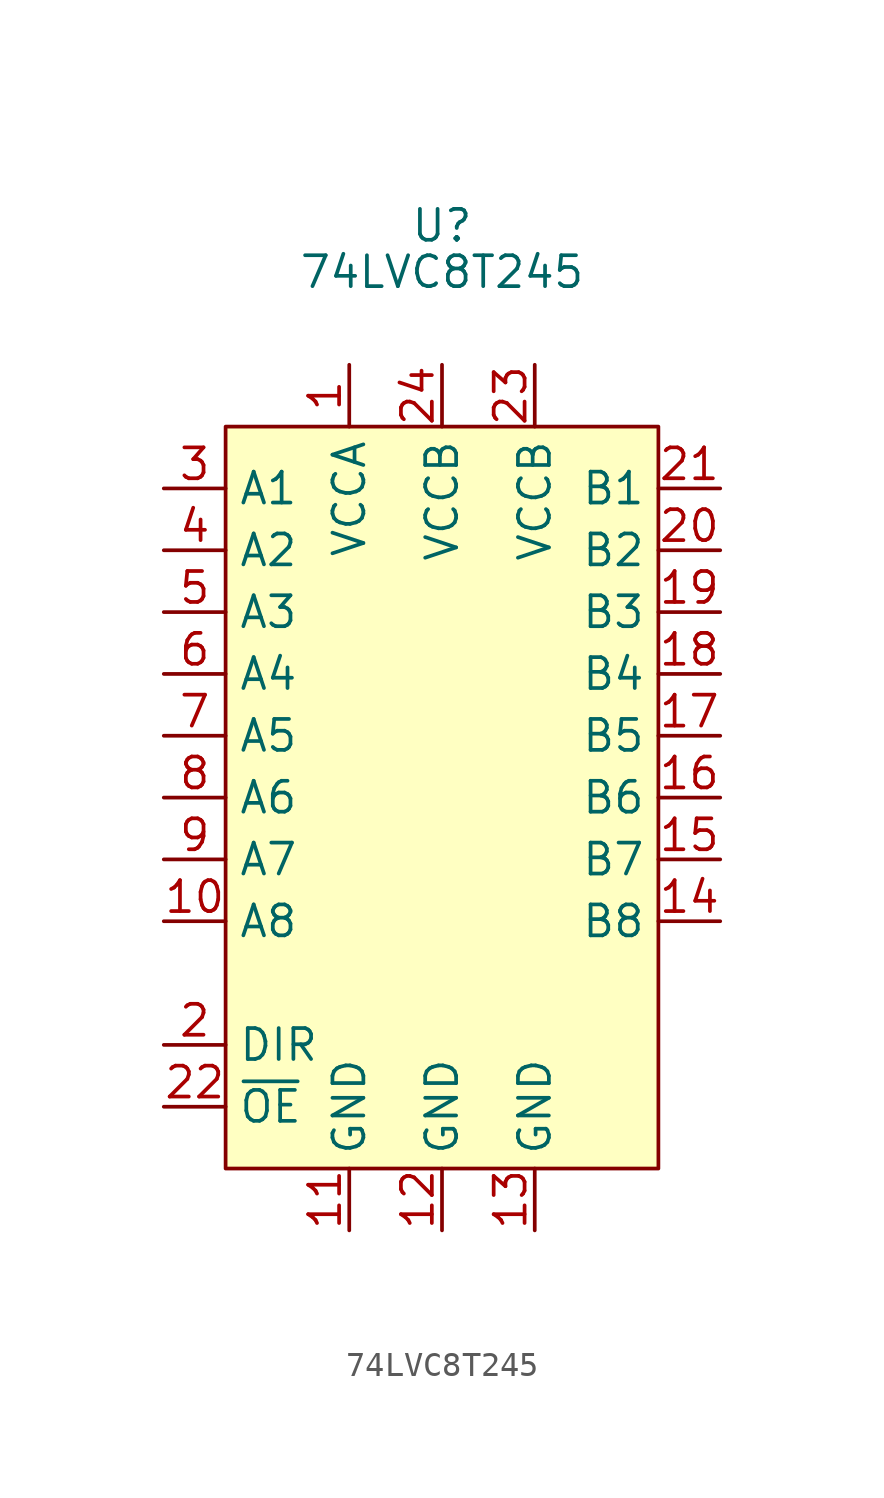
<source format=kicad_sym>
(kicad_symbol_lib
  (version 20231120)
  (generator "kicad_symbol_editor")
  (generator_version "8.0")
  (symbol "74LVC8T245"
    (property "Reference" "U"
      (at 0 23.495 0)
      (effects (font (size 1.27 1.27))))
    (property "Value" "74LVC8T245"
      (at 0 21.59 0)
      (effects (font (size 1.27 1.27))))
    (symbol "74LVC8T245_1_1"
      (rectangle (start -8.89 15.24) (end 8.89 -15.24) (stroke (width 0) (type default)) (fill (type background)))
      (pin power_in line (at -3.81 17.78 270) (length 2.54) (name "VCCA" (effects (font (size 1.27 1.27)))) (number "1" (effects (font (size 1.27 1.27)))))
      (pin bidirectional line (at -11.43 -5.08 0) (length 2.54) (name "A8" (effects (font (size 1.27 1.27)))) (number "10" (effects (font (size 1.27 1.27)))))
      (pin power_in line (at -3.81 -17.78 90) (length 2.54) (name "GND" (effects (font (size 1.27 1.27)))) (number "11" (effects (font (size 1.27 1.27)))))
      (pin power_in line (at 0 -17.78 90) (length 2.54) (name "GND" (effects (font (size 1.27 1.27)))) (number "12" (effects (font (size 1.27 1.27)))))
      (pin power_in line (at 3.81 -17.78 90) (length 2.54) (name "GND" (effects (font (size 1.27 1.27)))) (number "13" (effects (font (size 1.27 1.27)))))
      (pin bidirectional line (at 11.43 -5.08 180) (length 2.54) (name "B8" (effects (font (size 1.27 1.27)))) (number "14" (effects (font (size 1.27 1.27)))))
      (pin bidirectional line (at 11.43 -2.54 180) (length 2.54) (name "B7" (effects (font (size 1.27 1.27)))) (number "15" (effects (font (size 1.27 1.27)))))
      (pin bidirectional line (at 11.43 0 180) (length 2.54) (name "B6" (effects (font (size 1.27 1.27)))) (number "16" (effects (font (size 1.27 1.27)))))
      (pin bidirectional line (at 11.43 2.54 180) (length 2.54) (name "B5" (effects (font (size 1.27 1.27)))) (number "17" (effects (font (size 1.27 1.27)))))
      (pin bidirectional line (at 11.43 5.08 180) (length 2.54) (name "B4" (effects (font (size 1.27 1.27)))) (number "18" (effects (font (size 1.27 1.27)))))
      (pin bidirectional line (at 11.43 7.62 180) (length 2.54) (name "B3" (effects (font (size 1.27 1.27)))) (number "19" (effects (font (size 1.27 1.27)))))
      (pin input line (at -11.43 -10.16 0) (length 2.54) (name "DIR" (effects (font (size 1.27 1.27)))) (number "2" (effects (font (size 1.27 1.27)))))
      (pin bidirectional line (at 11.43 10.16 180) (length 2.54) (name "B2" (effects (font (size 1.27 1.27)))) (number "20" (effects (font (size 1.27 1.27)))))
      (pin bidirectional line (at 11.43 12.7 180) (length 2.54) (name "B1" (effects (font (size 1.27 1.27)))) (number "21" (effects (font (size 1.27 1.27)))))
      (pin input line (at -11.43 -12.7 0) (length 2.54) (name "~{OE}" (effects (font (size 1.27 1.27)))) (number "22" (effects (font (size 1.27 1.27)))))
      (pin power_in line (at 3.81 17.78 270) (length 2.54) (name "VCCB" (effects (font (size 1.27 1.27)))) (number "23" (effects (font (size 1.27 1.27)))))
      (pin power_in line (at 0 17.78 270) (length 2.54) (name "VCCB" (effects (font (size 1.27 1.27)))) (number "24" (effects (font (size 1.27 1.27)))))
      (pin bidirectional line (at -11.43 12.7 0) (length 2.54) (name "A1" (effects (font (size 1.27 1.27)))) (number "3" (effects (font (size 1.27 1.27)))))
      (pin bidirectional line (at -11.43 10.16 0) (length 2.54) (name "A2" (effects (font (size 1.27 1.27)))) (number "4" (effects (font (size 1.27 1.27)))))
      (pin bidirectional line (at -11.43 7.62 0) (length 2.54) (name "A3" (effects (font (size 1.27 1.27)))) (number "5" (effects (font (size 1.27 1.27)))))
      (pin bidirectional line (at -11.43 5.08 0) (length 2.54) (name "A4" (effects (font (size 1.27 1.27)))) (number "6" (effects (font (size 1.27 1.27)))))
      (pin bidirectional line (at -11.43 2.54 0) (length 2.54) (name "A5" (effects (font (size 1.27 1.27)))) (number "7" (effects (font (size 1.27 1.27)))))
      (pin bidirectional line (at -11.43 0 0) (length 2.54) (name "A6" (effects (font (size 1.27 1.27)))) (number "8" (effects (font (size 1.27 1.27)))))
      (pin bidirectional line (at -11.43 -2.54 0) (length 2.54) (name "A7" (effects (font (size 1.27 1.27)))) (number "9" (effects (font (size 1.27 1.27))))))))
</source>
